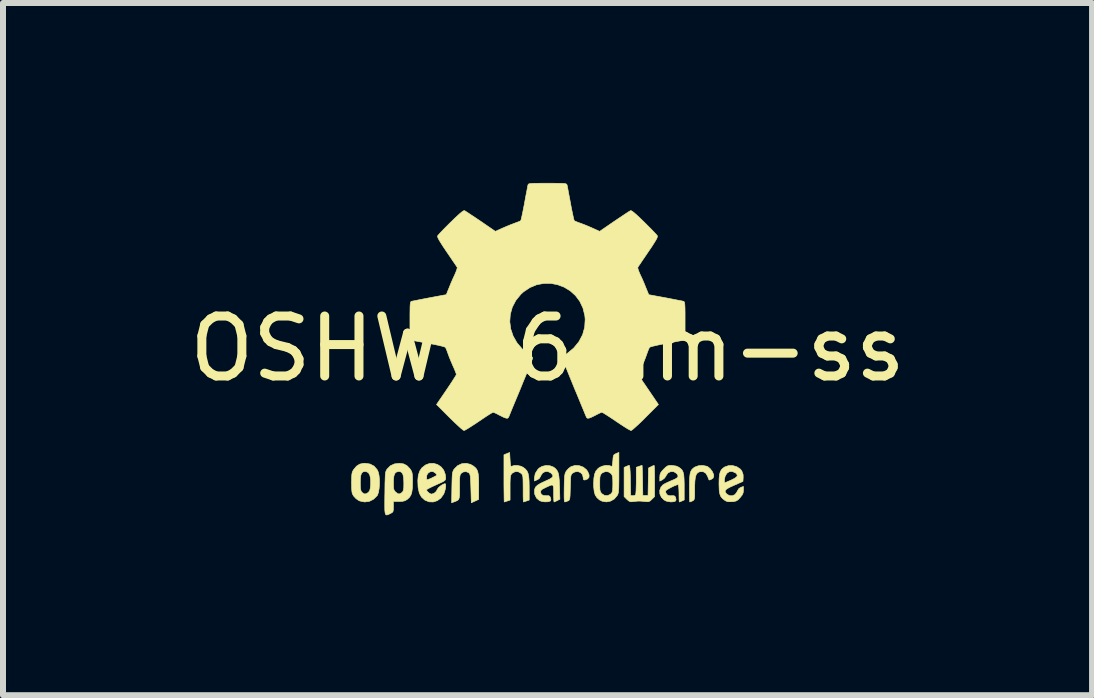
<source format=kicad_pcb>
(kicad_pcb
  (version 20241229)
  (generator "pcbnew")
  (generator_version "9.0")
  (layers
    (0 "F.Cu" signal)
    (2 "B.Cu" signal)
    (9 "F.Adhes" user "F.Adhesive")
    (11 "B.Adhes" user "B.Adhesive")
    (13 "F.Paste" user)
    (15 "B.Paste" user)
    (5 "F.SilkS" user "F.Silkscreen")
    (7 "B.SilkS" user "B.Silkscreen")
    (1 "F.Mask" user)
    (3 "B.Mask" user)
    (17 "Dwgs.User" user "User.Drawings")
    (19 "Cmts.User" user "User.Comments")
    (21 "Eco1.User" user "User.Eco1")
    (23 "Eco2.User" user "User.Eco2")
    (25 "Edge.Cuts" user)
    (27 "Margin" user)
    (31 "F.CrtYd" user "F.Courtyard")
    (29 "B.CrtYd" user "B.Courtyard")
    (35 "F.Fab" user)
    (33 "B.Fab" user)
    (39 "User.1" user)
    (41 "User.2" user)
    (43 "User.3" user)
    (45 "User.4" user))
  (footprint "OSHW-6mm-ss"
    (layer "F.Cu")
    (at 6.077 2.763)
    (property "Reference" "OSHW-6mm-ss" (at 0 0 0) (layer "F.SilkS") (effects (font (size 1 1) (thickness 0.15))))
    (attr exclude_from_pos_files exclude_from_bom)
    (fp_poly (pts (xy 2.653 1.959) (xy 2.67 1.966) (xy 2.711 1.999) (xy 2.747 2.047) (xy 2.769 2.097) (xy 2.772 2.122) (xy 2.76 2.157) (xy 2.734 2.175) (xy 2.706 2.187) (xy 2.693 2.189) (xy 2.687 2.174) (xy 2.674 2.141) (xy 2.669 2.127) (xy 2.639 2.076) (xy 2.595 2.05) (xy 2.538 2.051) (xy 2.534 2.052) (xy 2.504 2.067) (xy 2.481 2.094) (xy 2.466 2.139) (xy 2.457 2.205) (xy 2.453 2.294) (xy 2.453 2.341) (xy 2.453 2.416) (xy 2.452 2.467) (xy 2.448 2.499) (xy 2.442 2.518) (xy 2.432 2.529) (xy 2.417 2.537) (xy 2.416 2.538) (xy 2.387 2.55) (xy 2.372 2.555) (xy 2.37 2.541) (xy 2.368 2.503) (xy 2.367 2.446) (xy 2.366 2.374) (xy 2.366 2.322) (xy 2.367 2.22) (xy 2.37 2.143) (xy 2.377 2.086) (xy 2.389 2.045) (xy 2.407 2.014) (xy 2.432 1.99) (xy 2.457 1.973) (xy 2.517 1.951) (xy 2.587 1.946) (xy 2.653 1.959)) (stroke (width 0.01) (type solid)) (fill yes) (layer "F.SilkS"))
    (fp_poly (pts (xy -1.284 1.928) (xy -1.237 1.955) (xy -1.205 1.981) (xy -1.181 2.009) (xy -1.165 2.044) (xy -1.155 2.089) (xy -1.149 2.151) (xy -1.147 2.234) (xy -1.147 2.293) (xy -1.147 2.512) (xy -1.208 2.54) (xy -1.27 2.568) (xy -1.277 2.328) (xy -1.28 2.238) (xy -1.283 2.173) (xy -1.287 2.128) (xy -1.293 2.099) (xy -1.3 2.081) (xy -1.31 2.07) (xy -1.313 2.067) (xy -1.36 2.048) (xy -1.408 2.056) (xy -1.437 2.076) (xy -1.449 2.09) (xy -1.457 2.108) (xy -1.462 2.136) (xy -1.465 2.179) (xy -1.466 2.242) (xy -1.466 2.307) (xy -1.466 2.389) (xy -1.467 2.447) (xy -1.472 2.486) (xy -1.482 2.512) (xy -1.499 2.528) (xy -1.525 2.541) (xy -1.56 2.554) (xy -1.598 2.569) (xy -1.594 2.311) (xy -1.592 2.219) (xy -1.59 2.15) (xy -1.587 2.101) (xy -1.582 2.066) (xy -1.575 2.042) (xy -1.566 2.022) (xy -1.554 2.005) (xy -1.499 1.95) (xy -1.431 1.918) (xy -1.357 1.91) (xy -1.284 1.928)) (stroke (width 0.01) (type solid)) (fill yes) (layer "F.SilkS"))
    (fp_poly (pts (xy 0.53 1.95) (xy 0.596 1.974) (xy 0.649 2.017) (xy 0.67 2.047) (xy 0.693 2.103) (xy 0.692 2.143) (xy 0.669 2.17) (xy 0.66 2.175) (xy 0.622 2.189) (xy 0.602 2.185) (xy 0.595 2.161) (xy 0.595 2.148) (xy 0.583 2.099) (xy 0.551 2.065) (xy 0.508 2.048) (xy 0.459 2.053) (xy 0.419 2.074) (xy 0.405 2.087) (xy 0.396 2.101) (xy 0.389 2.124) (xy 0.385 2.159) (xy 0.383 2.212) (xy 0.381 2.288) (xy 0.38 2.312) (xy 0.378 2.394) (xy 0.376 2.451) (xy 0.372 2.49) (xy 0.367 2.513) (xy 0.359 2.526) (xy 0.347 2.535) (xy 0.339 2.538) (xy 0.307 2.55) (xy 0.288 2.555) (xy 0.282 2.541) (xy 0.278 2.5) (xy 0.277 2.431) (xy 0.278 2.334) (xy 0.278 2.319) (xy 0.28 2.23) (xy 0.283 2.165) (xy 0.286 2.119) (xy 0.292 2.087) (xy 0.3 2.064) (xy 0.311 2.044) (xy 0.317 2.035) (xy 0.35 1.998) (xy 0.388 1.969) (xy 0.392 1.966) (xy 0.459 1.946) (xy 0.53 1.95)) (stroke (width 0.01) (type solid)) (fill yes) (layer "F.SilkS"))
    (fp_poly (pts (xy -0.624 1.851) (xy -0.62 1.911) (xy -0.615 1.946) (xy -0.608 1.961) (xy -0.598 1.961) (xy -0.595 1.959) (xy -0.552 1.946) (xy -0.497 1.947) (xy -0.44 1.96) (xy -0.405 1.978) (xy -0.369 2.006) (xy -0.342 2.038) (xy -0.324 2.078) (xy -0.313 2.132) (xy -0.307 2.204) (xy -0.305 2.299) (xy -0.305 2.317) (xy -0.305 2.523) (xy -0.351 2.539) (xy -0.383 2.549) (xy -0.401 2.554) (xy -0.401 2.555) (xy -0.403 2.541) (xy -0.405 2.503) (xy -0.406 2.446) (xy -0.406 2.375) (xy -0.406 2.332) (xy -0.407 2.247) (xy -0.408 2.186) (xy -0.41 2.144) (xy -0.415 2.117) (xy -0.422 2.098) (xy -0.433 2.085) (xy -0.44 2.078) (xy -0.487 2.051) (xy -0.538 2.049) (xy -0.584 2.072) (xy -0.593 2.08) (xy -0.605 2.095) (xy -0.614 2.114) (xy -0.619 2.14) (xy -0.622 2.18) (xy -0.624 2.238) (xy -0.624 2.318) (xy -0.624 2.523) (xy -0.67 2.539) (xy -0.702 2.549) (xy -0.72 2.554) (xy -0.721 2.555) (xy -0.722 2.541) (xy -0.723 2.501) (xy -0.724 2.441) (xy -0.725 2.362) (xy -0.726 2.269) (xy -0.726 2.167) (xy -0.726 1.769) (xy -0.679 1.749) (xy -0.631 1.73) (xy -0.624 1.851)) (stroke (width 0.01) (type solid)) (fill yes) (layer "F.SilkS"))
    (fp_poly (pts (xy 1.78 1.959) (xy 1.782 1.997) (xy 1.784 2.055) (xy 1.785 2.128) (xy 1.785 2.205) (xy 1.785 2.465) (xy 1.739 2.511) (xy 1.708 2.539) (xy 1.68 2.551) (xy 1.642 2.55) (xy 1.627 2.548) (xy 1.58 2.543) (xy 1.541 2.54) (xy 1.531 2.54) (xy 1.499 2.541) (xy 1.453 2.546) (xy 1.436 2.548) (xy 1.392 2.552) (xy 1.363 2.544) (xy 1.334 2.521) (xy 1.323 2.511) (xy 1.277 2.465) (xy 1.277 1.979) (xy 1.314 1.962) (xy 1.346 1.949) (xy 1.365 1.945) (xy 1.369 1.959) (xy 1.374 1.997) (xy 1.378 2.056) (xy 1.381 2.132) (xy 1.382 2.195) (xy 1.386 2.446) (xy 1.421 2.451) (xy 1.452 2.447) (xy 1.468 2.436) (xy 1.472 2.415) (xy 1.476 2.371) (xy 1.478 2.309) (xy 1.48 2.235) (xy 1.48 2.197) (xy 1.48 1.977) (xy 1.526 1.961) (xy 1.559 1.95) (xy 1.576 1.945) (xy 1.577 1.945) (xy 1.578 1.959) (xy 1.58 1.997) (xy 1.582 2.054) (xy 1.584 2.127) (xy 1.585 2.195) (xy 1.589 2.446) (xy 1.676 2.446) (xy 1.68 2.217) (xy 1.684 1.989) (xy 1.727 1.967) (xy 1.758 1.952) (xy 1.777 1.945) (xy 1.777 1.945) (xy 1.78 1.959)) (stroke (width 0.01) (type solid)) (fill yes) (layer "F.SilkS"))
    (fp_poly (pts (xy -2.959 1.922) (xy -2.891 1.958) (xy -2.841 2.015) (xy -2.823 2.052) (xy -2.809 2.108) (xy -2.802 2.178) (xy -2.801 2.255) (xy -2.807 2.33) (xy -2.818 2.394) (xy -2.834 2.441) (xy -2.839 2.449) (xy -2.9 2.509) (xy -2.971 2.545) (xy -3.049 2.555) (xy -3.127 2.539) (xy -3.149 2.529) (xy -3.192 2.499) (xy -3.229 2.459) (xy -3.233 2.454) (xy -3.247 2.43) (xy -3.257 2.404) (xy -3.262 2.37) (xy -3.265 2.321) (xy -3.266 2.251) (xy -3.266 2.235) (xy -3.266 2.23) (xy -3.121 2.23) (xy -3.12 2.296) (xy -3.116 2.34) (xy -3.109 2.369) (xy -3.098 2.388) (xy -3.092 2.395) (xy -3.057 2.42) (xy -3.023 2.419) (xy -2.989 2.397) (xy -2.969 2.374) (xy -2.957 2.34) (xy -2.95 2.288) (xy -2.949 2.281) (xy -2.948 2.186) (xy -2.96 2.114) (xy -2.985 2.068) (xy -3.023 2.048) (xy -3.037 2.047) (xy -3.073 2.052) (xy -3.097 2.072) (xy -3.112 2.109) (xy -3.119 2.168) (xy -3.121 2.23) (xy -3.266 2.23) (xy -3.265 2.16) (xy -3.263 2.108) (xy -3.258 2.072) (xy -3.249 2.045) (xy -3.236 2.022) (xy -3.233 2.017) (xy -3.184 1.958) (xy -3.13 1.924) (xy -3.064 1.91) (xy -3.042 1.91) (xy -2.959 1.922)) (stroke (width 0.01) (type solid)) (fill yes) (layer "F.SilkS"))
    (fp_poly (pts (xy 3.154 1.967) (xy 3.211 2.004) (xy 3.239 2.038) (xy 3.261 2.099) (xy 3.262 2.147) (xy 3.258 2.212) (xy 3.11 2.277) (xy 3.037 2.31) (xy 2.99 2.337) (xy 2.966 2.36) (xy 2.961 2.383) (xy 2.975 2.407) (xy 2.99 2.424) (xy 3.034 2.45) (xy 3.081 2.452) (xy 3.125 2.432) (xy 3.157 2.391) (xy 3.163 2.376) (xy 3.191 2.331) (xy 3.222 2.312) (xy 3.266 2.296) (xy 3.266 2.358) (xy 3.262 2.4) (xy 3.247 2.436) (xy 3.215 2.477) (xy 3.211 2.482) (xy 3.176 2.519) (xy 3.145 2.538) (xy 3.108 2.547) (xy 3.076 2.55) (xy 3.02 2.551) (xy 2.981 2.542) (xy 2.956 2.528) (xy 2.917 2.497) (xy 2.89 2.465) (xy 2.873 2.423) (xy 2.863 2.368) (xy 2.86 2.291) (xy 2.859 2.253) (xy 2.86 2.206) (xy 2.948 2.206) (xy 2.949 2.231) (xy 2.952 2.235) (xy 2.968 2.23) (xy 3.004 2.215) (xy 3.052 2.194) (xy 3.062 2.19) (xy 3.123 2.159) (xy 3.157 2.132) (xy 3.164 2.106) (xy 3.146 2.08) (xy 3.132 2.069) (xy 3.079 2.046) (xy 3.03 2.05) (xy 2.989 2.078) (xy 2.961 2.127) (xy 2.952 2.166) (xy 2.948 2.206) (xy 2.86 2.206) (xy 2.861 2.162) (xy 2.868 2.095) (xy 2.882 2.047) (xy 2.904 2.011) (xy 2.937 1.983) (xy 2.951 1.973) (xy 3.015 1.95) (xy 3.085 1.948) (xy 3.154 1.967)) (stroke (width 0.01) (type solid)) (fill yes) (layer "F.SilkS"))
    (fp_poly (pts (xy 1.19 2.065) (xy 1.19 2.174) (xy 1.189 2.257) (xy 1.188 2.32) (xy 1.185 2.365) (xy 1.181 2.397) (xy 1.175 2.421) (xy 1.167 2.439) (xy 1.161 2.449) (xy 1.112 2.506) (xy 1.049 2.541) (xy 0.98 2.554) (xy 0.911 2.542) (xy 0.869 2.522) (xy 0.826 2.485) (xy 0.796 2.441) (xy 0.779 2.383) (xy 0.77 2.306) (xy 0.769 2.25) (xy 0.769 2.246) (xy 0.871 2.246) (xy 0.871 2.311) (xy 0.874 2.354) (xy 0.881 2.382) (xy 0.893 2.402) (xy 0.906 2.417) (xy 0.953 2.447) (xy 1.004 2.449) (xy 1.051 2.425) (xy 1.055 2.421) (xy 1.071 2.404) (xy 1.081 2.383) (xy 1.086 2.352) (xy 1.088 2.305) (xy 1.089 2.252) (xy 1.088 2.185) (xy 1.085 2.141) (xy 1.078 2.112) (xy 1.066 2.091) (xy 1.057 2.08) (xy 1.013 2.052) (xy 0.962 2.049) (xy 0.914 2.07) (xy 0.904 2.078) (xy 0.889 2.096) (xy 0.879 2.117) (xy 0.873 2.148) (xy 0.871 2.196) (xy 0.871 2.246) (xy 0.769 2.246) (xy 0.773 2.159) (xy 0.785 2.09) (xy 0.807 2.039) (xy 0.842 1.998) (xy 0.869 1.978) (xy 0.919 1.956) (xy 0.976 1.945) (xy 1.03 1.948) (xy 1.06 1.959) (xy 1.071 1.962) (xy 1.079 1.951) (xy 1.084 1.919) (xy 1.089 1.871) (xy 1.093 1.817) (xy 1.099 1.784) (xy 1.111 1.766) (xy 1.131 1.754) (xy 1.143 1.748) (xy 1.19 1.729) (xy 1.19 2.065)) (stroke (width 0.01) (type solid)) (fill yes) (layer "F.SilkS"))
    (fp_poly (pts (xy -1.832 1.931) (xy -1.774 1.97) (xy -1.73 2.025) (xy -1.704 2.096) (xy -1.698 2.148) (xy -1.699 2.17) (xy -1.704 2.187) (xy -1.718 2.201) (xy -1.745 2.218) (xy -1.79 2.239) (xy -1.857 2.269) (xy -1.858 2.27) (xy -1.92 2.298) (xy -1.97 2.323) (xy -2.005 2.342) (xy -2.017 2.353) (xy -2.017 2.353) (xy -2.006 2.376) (xy -1.98 2.402) (xy -1.949 2.42) (xy -1.934 2.424) (xy -1.891 2.411) (xy -1.855 2.379) (xy -1.837 2.345) (xy -1.82 2.319) (xy -1.787 2.29) (xy -1.748 2.264) (xy -1.713 2.25) (xy -1.706 2.25) (xy -1.698 2.262) (xy -1.697 2.294) (xy -1.703 2.337) (xy -1.715 2.383) (xy -1.73 2.423) (xy -1.731 2.424) (xy -1.777 2.489) (xy -1.837 2.533) (xy -1.906 2.555) (xy -1.976 2.552) (xy -2.044 2.524) (xy -2.047 2.522) (xy -2.101 2.473) (xy -2.136 2.41) (xy -2.155 2.327) (xy -2.158 2.304) (xy -2.162 2.194) (xy -2.157 2.143) (xy -2.017 2.143) (xy -2.016 2.175) (xy -2.006 2.184) (xy -1.981 2.177) (xy -1.942 2.161) (xy -1.899 2.14) (xy -1.898 2.139) (xy -1.861 2.12) (xy -1.846 2.107) (xy -1.85 2.093) (xy -1.865 2.076) (xy -1.904 2.05) (xy -1.946 2.048) (xy -1.984 2.067) (xy -2.01 2.103) (xy -2.017 2.143) (xy -2.157 2.143) (xy -2.153 2.106) (xy -2.128 2.036) (xy -2.095 1.987) (xy -2.033 1.938) (xy -1.966 1.913) (xy -1.897 1.912) (xy -1.832 1.931)) (stroke (width 0.01) (type solid)) (fill yes) (layer "F.SilkS"))
    (fp_poly (pts (xy 0.04 1.951) (xy 0.097 1.972) (xy 0.097 1.972) (xy 0.132 1.998) (xy 0.158 2.029) (xy 0.177 2.068) (xy 0.189 2.121) (xy 0.196 2.194) (xy 0.2 2.289) (xy 0.201 2.303) (xy 0.206 2.509) (xy 0.162 2.532) (xy 0.13 2.547) (xy 0.11 2.554) (xy 0.11 2.555) (xy 0.106 2.541) (xy 0.104 2.505) (xy 0.102 2.451) (xy 0.102 2.408) (xy 0.102 2.339) (xy 0.098 2.295) (xy 0.087 2.274) (xy 0.064 2.273) (xy 0.022 2.289) (xy -0.04 2.318) (xy -0.086 2.342) (xy -0.109 2.363) (xy -0.116 2.386) (xy -0.116 2.387) (xy -0.105 2.426) (xy -0.071 2.447) (xy -0.019 2.451) (xy 0.018 2.45) (xy 0.038 2.461) (xy 0.05 2.487) (xy 0.057 2.519) (xy 0.047 2.538) (xy 0.043 2.541) (xy 0.007 2.551) (xy -0.043 2.553) (xy -0.095 2.546) (xy -0.132 2.533) (xy -0.183 2.49) (xy -0.212 2.429) (xy -0.218 2.382) (xy -0.213 2.34) (xy -0.198 2.305) (xy -0.166 2.275) (xy -0.115 2.244) (xy -0.041 2.209) (xy -0.036 2.207) (xy 0.031 2.176) (xy 0.072 2.151) (xy 0.09 2.128) (xy 0.086 2.105) (xy 0.063 2.078) (xy 0.056 2.072) (xy 0.009 2.048) (xy -0.04 2.049) (xy -0.082 2.072) (xy -0.111 2.116) (xy -0.113 2.124) (xy -0.139 2.165) (xy -0.171 2.185) (xy -0.218 2.205) (xy -0.218 2.154) (xy -0.204 2.08) (xy -0.161 2.012) (xy -0.139 1.99) (xy -0.089 1.961) (xy -0.026 1.947) (xy 0.04 1.951)) (stroke (width 0.01) (type solid)) (fill yes) (layer "F.SilkS"))
    (fp_poly (pts (xy -2.4 1.92) (xy -2.345 1.948) (xy -2.296 1.998) (xy -2.282 2.017) (xy -2.268 2.042) (xy -2.258 2.069) (xy -2.253 2.105) (xy -2.25 2.156) (xy -2.25 2.224) (xy -2.252 2.318) (xy -2.261 2.388) (xy -2.277 2.44) (xy -2.303 2.48) (xy -2.34 2.513) (xy -2.342 2.515) (xy -2.379 2.535) (xy -2.422 2.545) (xy -2.478 2.547) (xy -2.569 2.547) (xy -2.569 2.635) (xy -2.57 2.684) (xy -2.575 2.713) (xy -2.588 2.73) (xy -2.614 2.745) (xy -2.62 2.748) (xy -2.649 2.762) (xy -2.672 2.77) (xy -2.688 2.771) (xy -2.7 2.761) (xy -2.707 2.737) (xy -2.712 2.696) (xy -2.713 2.636) (xy -2.713 2.553) (xy -2.712 2.445) (xy -2.711 2.413) (xy -2.71 2.302) (xy -2.709 2.229) (xy -2.569 2.229) (xy -2.568 2.29) (xy -2.565 2.331) (xy -2.557 2.358) (xy -2.543 2.378) (xy -2.533 2.388) (xy -2.495 2.418) (xy -2.46 2.42) (xy -2.425 2.396) (xy -2.424 2.395) (xy -2.409 2.376) (xy -2.401 2.351) (xy -2.396 2.312) (xy -2.395 2.252) (xy -2.395 2.238) (xy -2.398 2.156) (xy -2.409 2.099) (xy -2.429 2.064) (xy -2.458 2.048) (xy -2.476 2.047) (xy -2.516 2.054) (xy -2.544 2.078) (xy -2.561 2.123) (xy -2.568 2.191) (xy -2.569 2.229) (xy -2.709 2.229) (xy -2.708 2.215) (xy -2.706 2.15) (xy -2.704 2.103) (xy -2.7 2.069) (xy -2.694 2.045) (xy -2.687 2.028) (xy -2.677 2.012) (xy -2.673 2.006) (xy -2.619 1.951) (xy -2.55 1.92) (xy -2.47 1.911) (xy -2.4 1.92)) (stroke (width 0.01) (type solid)) (fill yes) (layer "F.SilkS"))
    (fp_poly (pts (xy 2.145 1.956) (xy 2.187 1.975) (xy 2.219 1.998) (xy 2.244 2.024) (xy 2.26 2.057) (xy 2.271 2.103) (xy 2.276 2.165) (xy 2.279 2.249) (xy 2.279 2.305) (xy 2.279 2.521) (xy 2.242 2.538) (xy 2.213 2.55) (xy 2.198 2.555) (xy 2.195 2.541) (xy 2.193 2.505) (xy 2.192 2.452) (xy 2.192 2.409) (xy 2.19 2.348) (xy 2.187 2.3) (xy 2.182 2.271) (xy 2.178 2.264) (xy 2.153 2.271) (xy 2.112 2.287) (xy 2.066 2.309) (xy 2.021 2.333) (xy 1.986 2.355) (xy 1.97 2.37) (xy 1.97 2.37) (xy 1.971 2.397) (xy 1.984 2.423) (xy 2.006 2.444) (xy 2.038 2.451) (xy 2.065 2.451) (xy 2.104 2.45) (xy 2.124 2.459) (xy 2.136 2.483) (xy 2.138 2.488) (xy 2.143 2.522) (xy 2.129 2.543) (xy 2.092 2.552) (xy 2.052 2.554) (xy 1.981 2.541) (xy 1.943 2.521) (xy 1.898 2.476) (xy 1.873 2.42) (xy 1.871 2.361) (xy 1.892 2.306) (xy 1.923 2.271) (xy 1.953 2.252) (xy 2.002 2.228) (xy 2.058 2.203) (xy 2.068 2.199) (xy 2.13 2.172) (xy 2.166 2.148) (xy 2.177 2.124) (xy 2.167 2.097) (xy 2.148 2.076) (xy 2.104 2.05) (xy 2.056 2.048) (xy 2.012 2.068) (xy 1.981 2.108) (xy 1.977 2.118) (xy 1.952 2.156) (xy 1.917 2.184) (xy 1.872 2.207) (xy 1.872 2.141) (xy 1.875 2.102) (xy 1.886 2.07) (xy 1.911 2.036) (xy 1.935 2.01) (xy 1.972 1.974) (xy 2.001 1.954) (xy 2.033 1.946) (xy 2.068 1.945) (xy 2.145 1.956)) (stroke (width 0.01) (type solid)) (fill yes) (layer "F.SilkS"))
    (fp_poly (pts (xy 0.104 -2.758) (xy 0.182 -2.757) (xy 0.239 -2.756) (xy 0.278 -2.754) (xy 0.303 -2.75) (xy 0.316 -2.744) (xy 0.323 -2.737) (xy 0.326 -2.726) (xy 0.327 -2.725) (xy 0.332 -2.701) (xy 0.341 -2.653) (xy 0.353 -2.587) (xy 0.368 -2.508) (xy 0.385 -2.42) (xy 0.385 -2.417) (xy 0.401 -2.331) (xy 0.417 -2.255) (xy 0.43 -2.194) (xy 0.44 -2.152) (xy 0.446 -2.133) (xy 0.447 -2.133) (xy 0.465 -2.124) (xy 0.502 -2.109) (xy 0.551 -2.091) (xy 0.552 -2.091) (xy 0.613 -2.068) (xy 0.686 -2.038) (xy 0.754 -2.008) (xy 0.757 -2.007) (xy 0.869 -1.956) (xy 1.115 -2.125) (xy 1.191 -2.176) (xy 1.26 -2.222) (xy 1.317 -2.26) (xy 1.359 -2.287) (xy 1.383 -2.301) (xy 1.385 -2.302) (xy 1.402 -2.298) (xy 1.434 -2.275) (xy 1.481 -2.235) (xy 1.546 -2.174) (xy 1.612 -2.11) (xy 1.676 -2.046) (xy 1.733 -1.989) (xy 1.78 -1.94) (xy 1.814 -1.904) (xy 1.83 -1.884) (xy 1.831 -1.883) (xy 1.833 -1.869) (xy 1.826 -1.847) (xy 1.809 -1.814) (xy 1.779 -1.765) (xy 1.737 -1.699) (xy 1.679 -1.614) (xy 1.629 -1.54) (xy 1.583 -1.473) (xy 1.546 -1.417) (xy 1.519 -1.378) (xy 1.506 -1.357) (xy 1.505 -1.356) (xy 1.507 -1.336) (xy 1.519 -1.298) (xy 1.54 -1.248) (xy 1.547 -1.232) (xy 1.58 -1.162) (xy 1.614 -1.082) (xy 1.642 -1.012) (xy 1.663 -0.961) (xy 1.679 -0.922) (xy 1.688 -0.901) (xy 1.689 -0.9) (xy 1.706 -0.897) (xy 1.746 -0.89) (xy 1.804 -0.879) (xy 1.875 -0.866) (xy 1.952 -0.852) (xy 2.032 -0.837) (xy 2.107 -0.822) (xy 2.174 -0.809) (xy 2.227 -0.799) (xy 2.26 -0.792) (xy 2.268 -0.79) (xy 2.276 -0.785) (xy 2.283 -0.774) (xy 2.287 -0.754) (xy 2.29 -0.72) (xy 2.292 -0.67) (xy 2.293 -0.599) (xy 2.293 -0.504) (xy 2.293 -0.465) (xy 2.293 -0.147) (xy 2.217 -0.132) (xy 2.175 -0.124) (xy 2.111 -0.112) (xy 2.035 -0.098) (xy 1.953 -0.083) (xy 1.93 -0.079) (xy 1.855 -0.064) (xy 1.789 -0.049) (xy 1.738 -0.037) (xy 1.709 -0.027) (xy 1.704 -0.024) (xy 1.691 -0.003) (xy 1.674 0.038) (xy 1.655 0.09) (xy 1.651 0.102) (xy 1.625 0.172) (xy 1.594 0.25) (xy 1.563 0.321) (xy 1.563 0.322) (xy 1.511 0.433) (xy 1.68 0.681) (xy 1.849 0.93) (xy 1.632 1.147) (xy 1.567 1.212) (xy 1.507 1.269) (xy 1.456 1.315) (xy 1.418 1.348) (xy 1.396 1.363) (xy 1.392 1.364) (xy 1.374 1.356) (xy 1.335 1.335) (xy 1.281 1.301) (xy 1.216 1.259) (xy 1.146 1.212) (xy 1.075 1.164) (xy 1.011 1.122) (xy 0.959 1.089) (xy 0.923 1.067) (xy 0.907 1.06) (xy 0.887 1.066) (xy 0.85 1.083) (xy 0.803 1.107) (xy 0.798 1.11) (xy 0.734 1.142) (xy 0.69 1.158) (xy 0.663 1.158) (xy 0.649 1.143) (xy 0.649 1.143) (xy 0.642 1.126) (xy 0.625 1.085) (xy 0.6 1.024) (xy 0.567 0.945) (xy 0.529 0.852) (xy 0.486 0.748) (xy 0.444 0.648) (xy 0.399 0.537) (xy 0.357 0.434) (xy 0.32 0.342) (xy 0.289 0.265) (xy 0.266 0.206) (xy 0.251 0.167) (xy 0.247 0.153) (xy 0.258 0.136) (xy 0.287 0.11) (xy 0.326 0.081) (xy 0.437 -0.011) (xy 0.523 -0.116) (xy 0.585 -0.233) (xy 0.62 -0.358) (xy 0.628 -0.49) (xy 0.622 -0.552) (xy 0.591 -0.678) (xy 0.538 -0.79) (xy 0.466 -0.886) (xy 0.378 -0.965) (xy 0.278 -1.026) (xy 0.168 -1.067) (xy 0.053 -1.089) (xy -0.065 -1.088) (xy -0.181 -1.066) (xy -0.294 -1.019) (xy -0.4 -0.948) (xy -0.444 -0.908) (xy -0.528 -0.805) (xy -0.587 -0.692) (xy -0.62 -0.573) (xy -0.629 -0.451) (xy -0.613 -0.329) (xy -0.573 -0.211) (xy -0.51 -0.1) (xy -0.423 0.002) (xy -0.326 0.081) (xy -0.286 0.111) (xy -0.257 0.137) (xy -0.247 0.153) (xy -0.252 0.17) (xy -0.267 0.21) (xy -0.291 0.272) (xy -0.323 0.35) (xy -0.36 0.443) (xy -0.403 0.546) (xy -0.444 0.648) (xy -0.49 0.759) (xy -0.533 0.862) (xy -0.571 0.953) (xy -0.603 1.03) (xy -0.627 1.09) (xy -0.643 1.129) (xy -0.649 1.143) (xy -0.663 1.158) (xy -0.69 1.158) (xy -0.734 1.142) (xy -0.797 1.11) (xy -0.798 1.11) (xy -0.845 1.085) (xy -0.884 1.067) (xy -0.906 1.06) (xy -0.907 1.06) (xy -0.923 1.067) (xy -0.96 1.089) (xy -1.012 1.122) (xy -1.075 1.164) (xy -1.146 1.212) (xy -1.218 1.26) (xy -1.283 1.302) (xy -1.336 1.335) (xy -1.374 1.357) (xy -1.392 1.364) (xy -1.409 1.354) (xy -1.443 1.327) (xy -1.49 1.284) (xy -1.547 1.231) (xy -1.612 1.168) (xy -1.633 1.147) (xy -1.85 0.93) (xy -1.684 0.687) (xy -1.634 0.613) (xy -1.59 0.546) (xy -1.555 0.491) (xy -1.53 0.451) (xy -1.519 0.43) (xy -1.519 0.429) (xy -1.525 0.409) (xy -1.54 0.37) (xy -1.562 0.317) (xy -1.578 0.282) (xy -1.607 0.215) (xy -1.635 0.147) (xy -1.656 0.09) (xy -1.662 0.073) (xy -1.679 0.026) (xy -1.695 -0.01) (xy -1.704 -0.024) (xy -1.723 -0.032) (xy -1.766 -0.044) (xy -1.826 -0.058) (xy -1.898 -0.073) (xy -1.93 -0.079) (xy -2.012 -0.094) (xy -2.091 -0.108) (xy -2.159 -0.121) (xy -2.208 -0.13) (xy -2.217 -0.132) (xy -2.293 -0.147) (xy -2.293 -0.465) (xy -2.293 -0.569) (xy -2.292 -0.648) (xy -2.291 -0.705) (xy -2.288 -0.744) (xy -2.284 -0.769) (xy -2.279 -0.782) (xy -2.271 -0.789) (xy -2.268 -0.79) (xy -2.249 -0.794) (xy -2.207 -0.802) (xy -2.148 -0.814) (xy -2.077 -0.828) (xy -1.999 -0.843) (xy -1.92 -0.858) (xy -1.845 -0.872) (xy -1.779 -0.884) (xy -1.727 -0.894) (xy -1.696 -0.899) (xy -1.689 -0.9) (xy -1.683 -0.912) (xy -1.669 -0.946) (xy -1.65 -0.994) (xy -1.642 -1.012) (xy -1.613 -1.085) (xy -1.578 -1.165) (xy -1.547 -1.232) (xy -1.525 -1.284) (xy -1.51 -1.326) (xy -1.504 -1.352) (xy -1.505 -1.356) (xy -1.516 -1.372) (xy -1.54 -1.409) (xy -1.576 -1.461) (xy -1.62 -1.526) (xy -1.67 -1.6) (xy -1.68 -1.614) (xy -1.738 -1.7) (xy -1.78 -1.766) (xy -1.809 -1.814) (xy -1.826 -1.847) (xy -1.833 -1.869) (xy -1.831 -1.883) (xy -1.831 -1.883) (xy -1.816 -1.901) (xy -1.785 -1.935) (xy -1.739 -1.983) (xy -1.683 -2.04) (xy -1.62 -2.103) (xy -1.612 -2.11) (xy -1.533 -2.187) (xy -1.471 -2.244) (xy -1.427 -2.281) (xy -1.398 -2.3) (xy -1.385 -2.302) (xy -1.367 -2.292) (xy -1.328 -2.267) (xy -1.274 -2.231) (xy -1.207 -2.187) (xy -1.133 -2.137) (xy -1.115 -2.125) (xy -0.869 -1.956) (xy -0.757 -2.007) (xy -0.69 -2.036) (xy -0.617 -2.066) (xy -0.554 -2.09) (xy -0.552 -2.091) (xy -0.503 -2.109) (xy -0.465 -2.124) (xy -0.447 -2.133) (xy -0.447 -2.133) (xy -0.441 -2.149) (xy -0.431 -2.19) (xy -0.418 -2.25) (xy -0.403 -2.325) (xy -0.386 -2.41) (xy -0.385 -2.417) (xy -0.369 -2.505) (xy -0.354 -2.585) (xy -0.341 -2.651) (xy -0.332 -2.7) (xy -0.327 -2.725) (xy -0.327 -2.725) (xy -0.323 -2.736) (xy -0.317 -2.744) (xy -0.305 -2.75) (xy -0.281 -2.753) (xy -0.244 -2.756) (xy -0.19 -2.757) (xy -0.114 -2.758) (xy -0.013 -2.758) (xy 0 -2.758) (xy 0.104 -2.758)) (stroke (width 0.01) (type solid)) (fill yes) (layer "F.SilkS")))
  (gr_rect
    (start -3 -3)
    (end 15.155 8.539)
    (stroke (width 0.1) (type default))
    (fill no)
    (layer "Edge.Cuts")))
</source>
